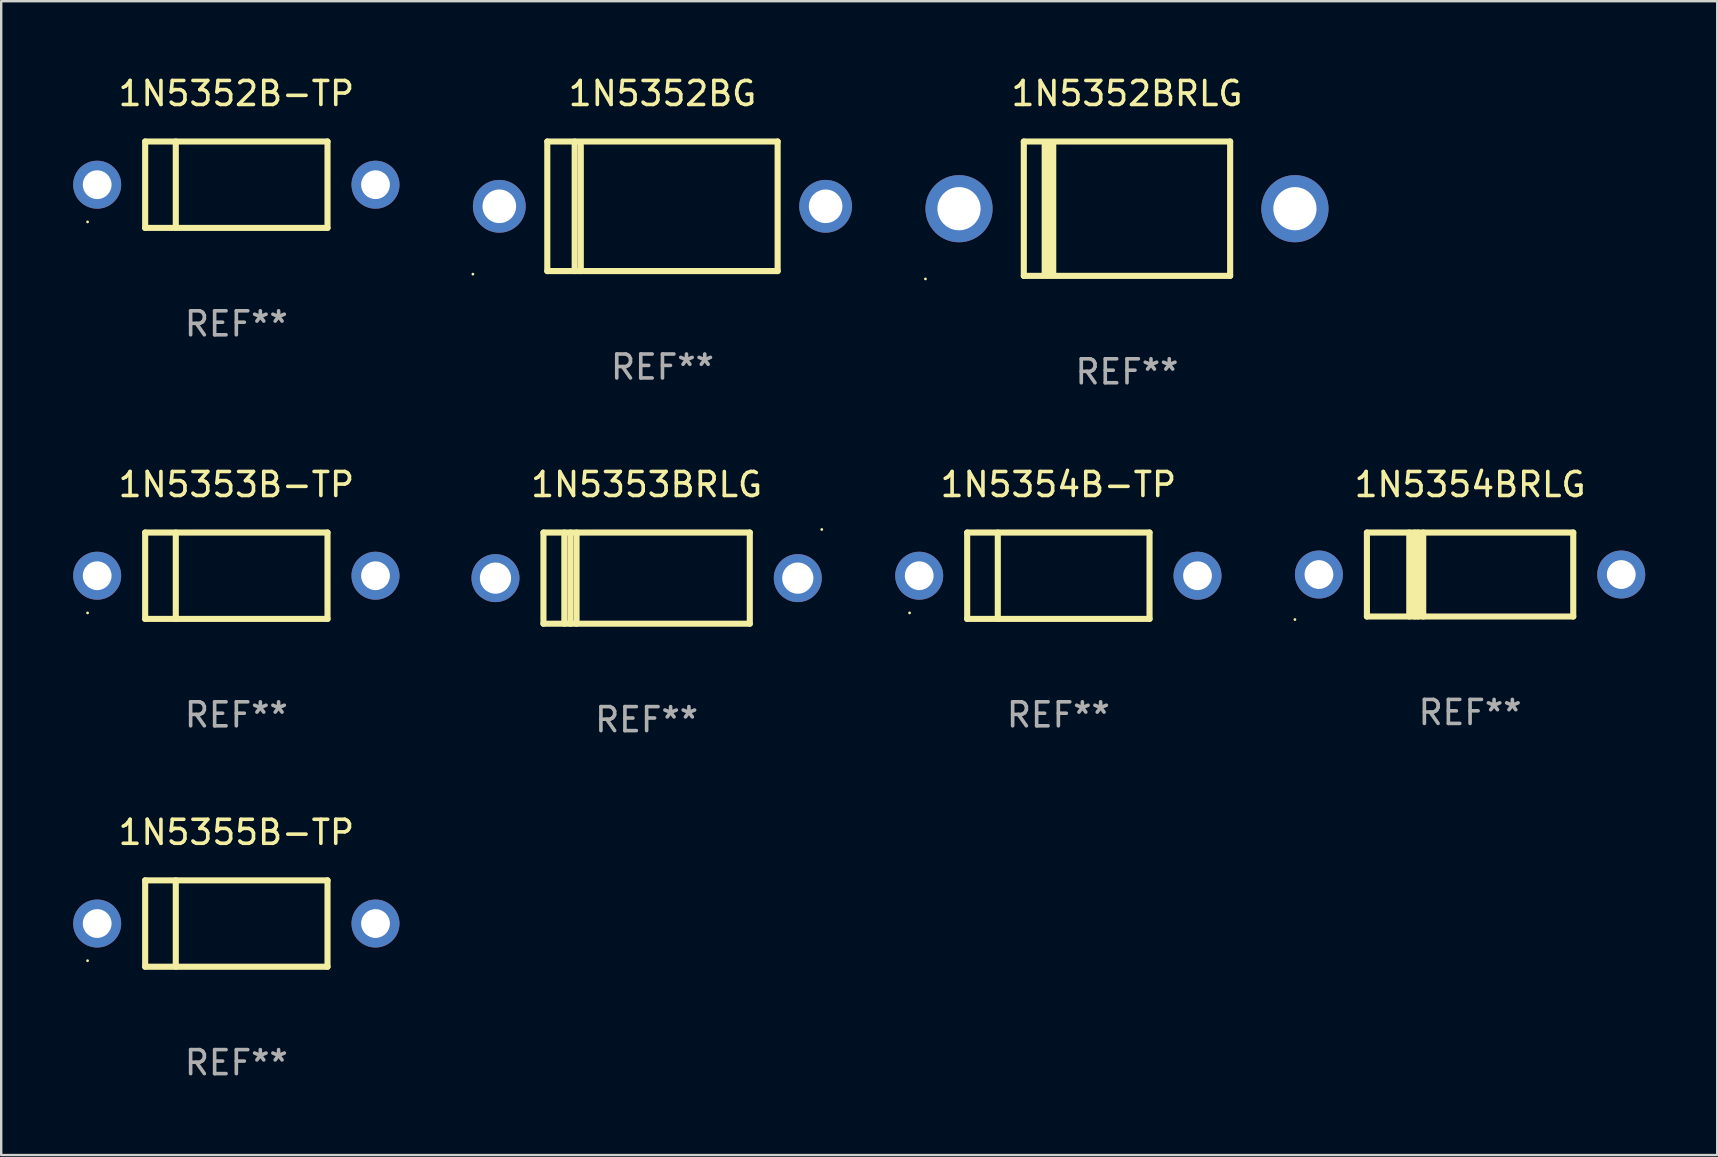
<source format=kicad_pcb>
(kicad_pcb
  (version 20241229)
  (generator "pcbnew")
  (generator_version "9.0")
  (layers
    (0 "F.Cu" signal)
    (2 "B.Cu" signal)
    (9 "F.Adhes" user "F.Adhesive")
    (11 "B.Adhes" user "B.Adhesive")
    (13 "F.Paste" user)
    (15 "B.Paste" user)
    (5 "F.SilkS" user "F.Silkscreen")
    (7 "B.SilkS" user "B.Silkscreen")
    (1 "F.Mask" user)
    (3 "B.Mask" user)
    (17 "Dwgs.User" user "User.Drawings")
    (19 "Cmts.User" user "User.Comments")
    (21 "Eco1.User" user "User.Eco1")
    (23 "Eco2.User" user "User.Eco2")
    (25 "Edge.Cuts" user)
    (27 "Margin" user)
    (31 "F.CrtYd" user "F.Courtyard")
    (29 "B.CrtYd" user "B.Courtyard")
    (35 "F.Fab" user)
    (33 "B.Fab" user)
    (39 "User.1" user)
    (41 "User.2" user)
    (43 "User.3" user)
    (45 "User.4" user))
  (footprint "1N5352BRLG"
    (layer "F.Cu")
    (at 43.92 5.648)
    (property "Reference" "1N5352BRLG" (at 0 -4.8 0) (layer "F.SilkS") (effects (font (size 1 1) (thickness 0.15))))
    (attr through_hole)
    (fp_line (start -4.3 -2.8) (end -4.3 2.8) (stroke (width 0.254) (type solid)) (layer "F.SilkS"))
    (fp_line (start -4.3 -2.8) (end 4.3 -2.8) (stroke (width 0.254) (type solid)) (layer "F.SilkS"))
    (fp_line (start -4.3 2.8) (end 4.3 2.8) (stroke (width 0.254) (type solid)) (layer "F.SilkS"))
    (fp_line (start -3.442 2.667) (end -3.442 -2.667) (stroke (width 0.229) (type solid)) (layer "F.SilkS"))
    (fp_line (start -3.315 2.667) (end -3.315 -2.667) (stroke (width 0.229) (type solid)) (layer "F.SilkS"))
    (fp_line (start -3.188 2.667) (end -3.188 -2.667) (stroke (width 0.229) (type solid)) (layer "F.SilkS"))
    (fp_line (start -3.061 2.667) (end -3.061 -2.667) (stroke (width 0.229) (type solid)) (layer "F.SilkS"))
    (fp_line (start 4.3 -2.8) (end 4.3 2.8) (stroke (width 0.254) (type solid)) (layer "F.SilkS"))
    (fp_circle (center -8.4 2.927) (end -8.37 2.927) (stroke (width 0.06) (type solid)) (fill no) (layer "F.SilkS"))
    (fp_text user "REF**" (at 0 6.8 0) (layer "F.Fab") (effects (font (size 1 1) (thickness 0.15))))
    (pad "1" thru_hole circle (at -7 0) (size 2.8 2.8) (drill 1.8) (layers "*.Cu" "*.Mask"))
    (pad "2" thru_hole circle (at 7 0) (size 2.8 2.8) (drill 1.8) (layers "*.Cu" "*.Mask")))
  (footprint "1N5353BRLG"
    (layer "F.Cu")
    (at 23.9 21.045)
    (property "Reference" "1N5353BRLG" (at 0 -3.9 0) (layer "F.SilkS") (effects (font (size 1 1) (thickness 0.15))))
    (attr through_hole)
    (fp_line (start -4.3 -1.9) (end 4.3 -1.9) (stroke (width 0.254) (type solid)) (layer "F.SilkS"))
    (fp_line (start -4.3 1.9) (end -4.3 -1.9) (stroke (width 0.254) (type solid)) (layer "F.SilkS"))
    (fp_line (start -3.429 1.9) (end -3.429 -1.9) (stroke (width 0.254) (type solid)) (layer "F.SilkS"))
    (fp_line (start -3.175 1.9) (end -3.175 -1.9) (stroke (width 0.254) (type solid)) (layer "F.SilkS"))
    (fp_line (start -2.921 1.9) (end -2.921 -1.9) (stroke (width 0.254) (type solid)) (layer "F.SilkS"))
    (fp_line (start 4.3 -1.9) (end 4.3 1.9) (stroke (width 0.254) (type solid)) (layer "F.SilkS"))
    (fp_line (start 4.3 1.9) (end -4.3 1.9) (stroke (width 0.254) (type solid)) (layer "F.SilkS"))
    (fp_circle (center 7.3 -2.027) (end 7.33 -2.027) (stroke (width 0.06) (type solid)) (fill no) (layer "F.SilkS"))
    (fp_text user "REF**" (at 0 5.9 0) (layer "F.Fab") (effects (font (size 1 1) (thickness 0.15))))
    (pad "1" thru_hole circle (at 6.3 0) (size 2 2) (drill 1.3) (layers "*.Cu" "*.Mask"))
    (pad "2" thru_hole circle (at -6.3 0) (size 2 2) (drill 1.3) (layers "*.Cu" "*.Mask")))
  (footprint "1N5354B-TP"
    (layer "F.Cu")
    (at 41.06 20.945)
    (property "Reference" "1N5354B-TP" (at 0 -3.8 0) (layer "F.SilkS") (effects (font (size 1 1) (thickness 0.15))))
    (attr through_hole)
    (fp_line (start -3.8 -1.8) (end -3.8 1.8) (stroke (width 0.254) (type solid)) (layer "F.SilkS"))
    (fp_line (start -3.8 -1.8) (end 3.8 -1.8) (stroke (width 0.254) (type solid)) (layer "F.SilkS"))
    (fp_line (start -3.8 1.8) (end 3.8 1.8) (stroke (width 0.254) (type solid)) (layer "F.SilkS"))
    (fp_line (start -2.524 -1.8) (end -2.524 1.8) (stroke (width 0.254) (type solid)) (layer "F.SilkS"))
    (fp_line (start 3.8 -1.8) (end 3.8 1.8) (stroke (width 0.254) (type solid)) (layer "F.SilkS"))
    (fp_circle (center -6.2 1.55) (end -6.17 1.55) (stroke (width 0.06) (type solid)) (fill no) (layer "F.SilkS"))
    (fp_text user "REF**" (at 0 5.8 0) (layer "F.Fab") (effects (font (size 1 1) (thickness 0.15))))
    (pad "1" thru_hole circle (at -5.8 0) (size 2 2) (drill 1.2) (layers "*.Cu" "*.Mask"))
    (pad "2" thru_hole circle (at 5.8 0) (size 2 2) (drill 1.2) (layers "*.Cu" "*.Mask")))
  (footprint "1N5352BG"
    (layer "F.Cu")
    (at 24.56 5.548)
    (property "Reference" "1N5352BG" (at 0 -4.7 0) (layer "F.SilkS") (effects (font (size 1 1) (thickness 0.15))))
    (attr through_hole)
    (fp_line (start -4.8 -2.7) (end 4.8 -2.7) (stroke (width 0.254) (type solid)) (layer "F.SilkS"))
    (fp_line (start -4.8 2.7) (end -4.8 -2.7) (stroke (width 0.254) (type solid)) (layer "F.SilkS"))
    (fp_line (start -3.658 2.7) (end -3.658 -2.7) (stroke (width 0.254) (type solid)) (layer "F.SilkS"))
    (fp_line (start -3.404 2.7) (end -3.404 -2.54) (stroke (width 0.254) (type solid)) (layer "F.SilkS"))
    (fp_line (start 4.8 2.7) (end -4.8 2.7) (stroke (width 0.254) (type solid)) (layer "F.SilkS"))
    (fp_line (start 4.8 2.7) (end 4.8 -2.7) (stroke (width 0.254) (type solid)) (layer "F.SilkS"))
    (fp_circle (center -7.9 2.827) (end -7.87 2.827) (stroke (width 0.06) (type solid)) (fill no) (layer "F.SilkS"))
    (fp_text user "REF**" (at 0 6.7 0) (layer "F.Fab") (effects (font (size 1 1) (thickness 0.15))))
    (pad "1" thru_hole circle (at -6.8 0) (size 2.2 2.2) (drill 1.4) (layers "*.Cu" "*.Mask"))
    (pad "2" thru_hole circle (at 6.8 0) (size 2.2 2.2) (drill 1.4) (layers "*.Cu" "*.Mask")))
  (footprint "1N5352B-TP"
    (layer "F.Cu")
    (at 6.8 4.648)
    (property "Reference" "1N5352B-TP" (at 0 -3.8 0) (layer "F.SilkS") (effects (font (size 1 1) (thickness 0.15))))
    (attr through_hole)
    (fp_line (start -3.8 -1.8) (end -3.8 1.8) (stroke (width 0.254) (type solid)) (layer "F.SilkS"))
    (fp_line (start -3.8 -1.8) (end 3.8 -1.8) (stroke (width 0.254) (type solid)) (layer "F.SilkS"))
    (fp_line (start -3.8 1.8) (end 3.8 1.8) (stroke (width 0.254) (type solid)) (layer "F.SilkS"))
    (fp_line (start -2.524 -1.8) (end -2.524 1.8) (stroke (width 0.254) (type solid)) (layer "F.SilkS"))
    (fp_line (start 3.8 -1.8) (end 3.8 1.8) (stroke (width 0.254) (type solid)) (layer "F.SilkS"))
    (fp_circle (center -6.2 1.55) (end -6.17 1.55) (stroke (width 0.06) (type solid)) (fill no) (layer "F.SilkS"))
    (fp_text user "REF**" (at 0 5.8 0) (layer "F.Fab") (effects (font (size 1 1) (thickness 0.15))))
    (pad "1" thru_hole circle (at -5.8 0) (size 2 2) (drill 1.2) (layers "*.Cu" "*.Mask"))
    (pad "2" thru_hole circle (at 5.8 0) (size 2 2) (drill 1.2) (layers "*.Cu" "*.Mask")))
  (footprint "1N5354BRLG"
    (layer "F.Cu")
    (at 58.22 20.895)
    (property "Reference" "1N5354BRLG" (at 0 -3.75 0) (layer "F.SilkS") (effects (font (size 1 1) (thickness 0.15))))
    (attr through_hole)
    (fp_line (start -4.3 -1.75) (end -4.3 1.75) (stroke (width 0.254) (type solid)) (layer "F.SilkS"))
    (fp_line (start -4.3 -1.75) (end 4.3 -1.75) (stroke (width 0.254) (type solid)) (layer "F.SilkS"))
    (fp_line (start -2.534 -1.75) (end -2.534 1.75) (stroke (width 0.254) (type solid)) (layer "F.SilkS"))
    (fp_line (start -2.316 -1.75) (end -2.316 1.75) (stroke (width 0.254) (type solid)) (layer "F.SilkS"))
    (fp_line (start -2.171 -1.75) (end -2.171 1.75) (stroke (width 0.254) (type solid)) (layer "F.SilkS"))
    (fp_line (start -1.953 -1.75) (end -1.953 1.75) (stroke (width 0.254) (type solid)) (layer "F.SilkS"))
    (fp_line (start 4.3 -1.75) (end 4.3 1.75) (stroke (width 0.254) (type solid)) (layer "F.SilkS"))
    (fp_line (start 4.3 1.75) (end -4.3 1.75) (stroke (width 0.254) (type solid)) (layer "F.SilkS"))
    (fp_circle (center -7.3 1.877) (end -7.27 1.877) (stroke (width 0.06) (type solid)) (fill no) (layer "F.SilkS"))
    (fp_text user "REF**" (at 0 5.75 0) (layer "F.Fab") (effects (font (size 1 1) (thickness 0.15))))
    (pad "1" thru_hole circle (at -6.3 0) (size 2 2) (drill 1.2) (layers "*.Cu" "*.Mask"))
    (pad "2" thru_hole circle (at 6.3 0) (size 2 2) (drill 1.2) (layers "*.Cu" "*.Mask")))
  (footprint "1N5355B-TP"
    (layer "F.Cu")
    (at 6.8 35.441)
    (property "Reference" "1N5355B-TP" (at 0 -3.8 0) (layer "F.SilkS") (effects (font (size 1 1) (thickness 0.15))))
    (attr through_hole)
    (fp_line (start -3.8 -1.8) (end -3.8 1.8) (stroke (width 0.254) (type solid)) (layer "F.SilkS"))
    (fp_line (start -3.8 -1.8) (end 3.8 -1.8) (stroke (width 0.254) (type solid)) (layer "F.SilkS"))
    (fp_line (start -3.8 1.8) (end 3.8 1.8) (stroke (width 0.254) (type solid)) (layer "F.SilkS"))
    (fp_line (start -2.524 -1.8) (end -2.524 1.8) (stroke (width 0.254) (type solid)) (layer "F.SilkS"))
    (fp_line (start 3.8 -1.8) (end 3.8 1.8) (stroke (width 0.254) (type solid)) (layer "F.SilkS"))
    (fp_circle (center -6.2 1.55) (end -6.17 1.55) (stroke (width 0.06) (type solid)) (fill no) (layer "F.SilkS"))
    (fp_text user "REF**" (at 0 5.8 0) (layer "F.Fab") (effects (font (size 1 1) (thickness 0.15))))
    (pad "1" thru_hole circle (at -5.8 0) (size 2 2) (drill 1.2) (layers "*.Cu" "*.Mask"))
    (pad "2" thru_hole circle (at 5.8 0) (size 2 2) (drill 1.2) (layers "*.Cu" "*.Mask")))
  (footprint "1N5353B-TP"
    (layer "F.Cu")
    (at 6.8 20.945)
    (property "Reference" "1N5353B-TP" (at 0 -3.8 0) (layer "F.SilkS") (effects (font (size 1 1) (thickness 0.15))))
    (attr through_hole)
    (fp_line (start -3.8 -1.8) (end -3.8 1.8) (stroke (width 0.254) (type solid)) (layer "F.SilkS"))
    (fp_line (start -3.8 -1.8) (end 3.8 -1.8) (stroke (width 0.254) (type solid)) (layer "F.SilkS"))
    (fp_line (start -3.8 1.8) (end 3.8 1.8) (stroke (width 0.254) (type solid)) (layer "F.SilkS"))
    (fp_line (start -2.524 -1.8) (end -2.524 1.8) (stroke (width 0.254) (type solid)) (layer "F.SilkS"))
    (fp_line (start 3.8 -1.8) (end 3.8 1.8) (stroke (width 0.254) (type solid)) (layer "F.SilkS"))
    (fp_circle (center -6.2 1.55) (end -6.17 1.55) (stroke (width 0.06) (type solid)) (fill no) (layer "F.SilkS"))
    (fp_text user "REF**" (at 0 5.8 0) (layer "F.Fab") (effects (font (size 1 1) (thickness 0.15))))
    (pad "1" thru_hole circle (at -5.8 0) (size 2 2) (drill 1.2) (layers "*.Cu" "*.Mask"))
    (pad "2" thru_hole circle (at 5.8 0) (size 2 2) (drill 1.2) (layers "*.Cu" "*.Mask")))
  (gr_rect
    (start -3 -3)
    (end 68.52 45.09)
    (stroke (width 0.1) (type default))
    (fill no)
    (layer "Edge.Cuts")))
</source>
